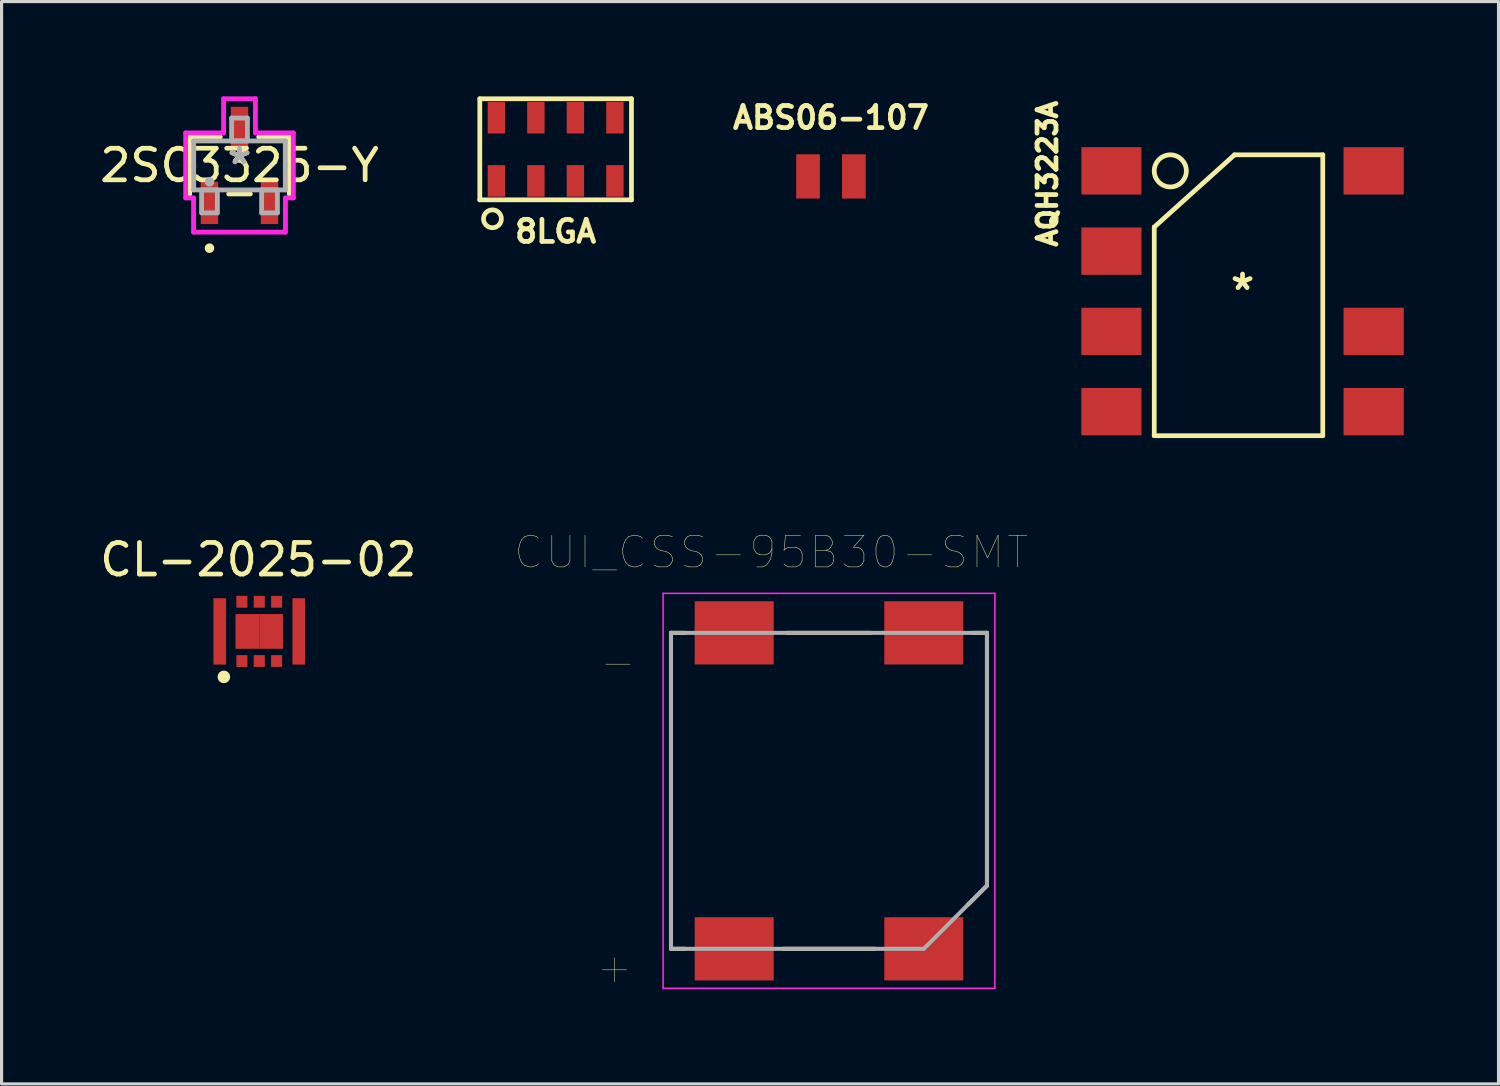
<source format=kicad_pcb>
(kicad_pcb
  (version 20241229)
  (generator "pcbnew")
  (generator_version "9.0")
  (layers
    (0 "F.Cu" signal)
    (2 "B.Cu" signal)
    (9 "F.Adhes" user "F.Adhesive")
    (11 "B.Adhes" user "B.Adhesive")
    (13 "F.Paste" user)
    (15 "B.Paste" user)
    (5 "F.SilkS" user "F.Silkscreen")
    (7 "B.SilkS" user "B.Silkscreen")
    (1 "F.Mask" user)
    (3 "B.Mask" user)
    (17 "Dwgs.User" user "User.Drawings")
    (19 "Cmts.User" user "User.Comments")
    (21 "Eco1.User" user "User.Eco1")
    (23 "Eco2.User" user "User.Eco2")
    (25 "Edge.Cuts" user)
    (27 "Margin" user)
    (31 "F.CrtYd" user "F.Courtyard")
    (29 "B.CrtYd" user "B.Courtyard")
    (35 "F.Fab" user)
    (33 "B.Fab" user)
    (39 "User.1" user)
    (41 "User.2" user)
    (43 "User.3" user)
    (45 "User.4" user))
  (footprint "AQH3223A"
    (layer "F.Cu")
    (at 36.274 6.168)
    (property "Reference" "AQH3223A" (at -6.174 -3.717 90) (layer "F.SilkS") (effects (font (size 0.6 0.6) (thickness 0.15))))
    (attr through_hole)
    (fp_line (start -2.794 -2.032) (end -0.254 -4.318) (stroke (width 0.15) (type solid)) (layer "F.SilkS"))
    (fp_line (start -2.794 4.572) (end -2.794 -2.032) (stroke (width 0.15) (type solid)) (layer "F.SilkS"))
    (fp_line (start -0.254 -4.318) (end 2.54 -4.318) (stroke (width 0.15) (type solid)) (layer "F.SilkS"))
    (fp_line (start 2.54 -4.318) (end 2.54 4.572) (stroke (width 0.15) (type solid)) (layer "F.SilkS"))
    (fp_line (start 2.54 4.572) (end -2.794 4.572) (stroke (width 0.15) (type solid)) (layer "F.SilkS"))
    (fp_circle (center -2.286 -3.81) (end -1.778 -3.81) (stroke (width 0.15) (type solid)) (fill no) (layer "F.SilkS"))
    (fp_text user "*" (at 0 0 0) (layer "F.SilkS") (effects (font (size 1 1) (thickness 0.15))))
    (pad "1" smd rect (at -4.15 -3.81) (size 1.9 1.5) (layers "F.Cu" "F.Mask" "F.Paste"))
    (pad "2" smd rect (at -4.15 -1.27) (size 1.905 1.499) (layers "F.Cu" "F.Mask" "F.Paste"))
    (pad "3" smd rect (at -4.15 1.27) (size 1.905 1.499) (layers "F.Cu" "F.Mask" "F.Paste"))
    (pad "4" smd rect (at -4.15 3.81) (size 1.905 1.499) (layers "F.Cu" "F.Mask" "F.Paste"))
    (pad "5" smd rect (at 4.15 3.81) (size 1.905 1.499) (layers "F.Cu" "F.Mask" "F.Paste"))
    (pad "6" smd rect (at 4.15 1.27) (size 1.905 1.499) (layers "F.Cu" "F.Mask" "F.Paste"))
    (pad "8" smd rect (at 4.15 -3.81) (size 1.905 1.499) (layers "F.Cu" "F.Mask" "F.Paste")))
  (footprint "8LGA"
    (layer "F.Cu")
    (at 14.535 1.675)
    (property "Reference" "8LGA" (at 0 2.6 0) (layer "F.SilkS") (effects (font (size 0.7 0.7) (thickness 0.15))))
    (attr through_hole)
    (fp_line (start -2.4 -1.6) (end -2.4 1.6) (stroke (width 0.15) (type solid)) (layer "F.SilkS"))
    (fp_line (start -2.4 1.6) (end 2.4 1.6) (stroke (width 0.15) (type solid)) (layer "F.SilkS"))
    (fp_line (start 2.4 -1.6) (end -2.4 -1.6) (stroke (width 0.15) (type solid)) (layer "F.SilkS"))
    (fp_line (start 2.4 1.6) (end 2.4 -1.6) (stroke (width 0.15) (type solid)) (layer "F.SilkS"))
    (fp_circle (center -2 2.2) (end -1.8 2.4) (stroke (width 0.15) (type solid)) (fill no) (layer "F.SilkS"))
    (pad "1" smd rect (at -1.875 1) (size 0.55 1) (layers "F.Cu" "F.Mask" "F.Paste"))
    (pad "2" smd rect (at -0.625 1) (size 0.55 1) (layers "F.Cu" "F.Mask" "F.Paste"))
    (pad "3" smd rect (at 0.625 1) (size 0.55 1) (layers "F.Cu" "F.Mask" "F.Paste"))
    (pad "4" smd rect (at 1.875 1) (size 0.55 1) (layers "F.Cu" "F.Mask" "F.Paste"))
    (pad "5" smd rect (at 1.875 -1) (size 0.55 1) (layers "F.Cu" "F.Mask" "F.Paste"))
    (pad "6" smd rect (at 0.625 -1) (size 0.55 1) (layers "F.Cu" "F.Mask" "F.Paste"))
    (pad "7" smd rect (at -0.625 -1) (size 0.55 1) (layers "F.Cu" "F.Mask" "F.Paste"))
    (pad "8" smd rect (at -1.875 -1) (size 0.55 1) (layers "F.Cu" "F.Mask" "F.Paste")))
  (footprint "ABS06-107"
    (layer "F.Cu")
    (at 23.248 2.533)
    (property "Reference" "ABS06-107" (at 0 -1.86 0) (layer "F.SilkS") (effects (font (size 0.7 0.7) (thickness 0.15))))
    (attr smd)
    (pad "1" smd rect (at 0.725 0) (size 0.75 1.4) (layers "F.Cu" "F.Mask" "F.Paste"))
    (pad "2" smd rect (at -0.725 0) (size 0.75 1.4) (layers "F.Cu" "F.Mask" "F.Paste")))
  (footprint "CUI_CSS-95B30-SMT"
    (layer "F.Cu")
    (at 23.186 21.979)
    (property "Reference" "CUI_CSS-95B30-SMT" (at -1.829 -7.551 0) (layer "F.SilkS") (effects (font (size 1.002 1.002) (thickness 0.015))))
    (attr through_hole)
    (fp_line (start -5 -5) (end -5 5) (stroke (width 0.127) (type solid)) (layer "F.SilkS"))
    (fp_line (start -5 -5) (end -4.557 -5) (stroke (width 0.127) (type solid)) (layer "F.SilkS"))
    (fp_line (start -5 5) (end -4.557 5) (stroke (width 0.127) (type solid)) (layer "F.SilkS"))
    (fp_line (start -1.316 -5) (end 1.316 -5) (stroke (width 0.127) (type solid)) (layer "F.SilkS"))
    (fp_line (start 1.453 5) (end -1.443 5) (stroke (width 0.127) (type solid)) (layer "F.SilkS"))
    (fp_line (start 4.557 -5) (end 5 -5) (stroke (width 0.127) (type solid)) (layer "F.SilkS"))
    (fp_line (start 5 -5) (end 5 3) (stroke (width 0.127) (type solid)) (layer "F.SilkS"))
    (fp_line (start 5 3) (end 4.4 3.6) (stroke (width 0.127) (type solid)) (layer "F.SilkS"))
    (fp_line (start -5.25 -6.25) (end 5.25 -6.25) (stroke (width 0.05) (type solid)) (layer "F.CrtYd"))
    (fp_line (start -5.25 6.25) (end -5.25 -6.25) (stroke (width 0.05) (type solid)) (layer "F.CrtYd"))
    (fp_line (start 5.25 -6.25) (end 5.25 6.25) (stroke (width 0.05) (type solid)) (layer "F.CrtYd"))
    (fp_line (start 5.25 6.25) (end -5.25 6.25) (stroke (width 0.05) (type solid)) (layer "F.CrtYd"))
    (fp_line (start -5 -5) (end 5 -5) (stroke (width 0.127) (type solid)) (layer "F.Fab"))
    (fp_line (start -5 5) (end -5 -5) (stroke (width 0.127) (type solid)) (layer "F.Fab"))
    (fp_line (start 3 5) (end -5 5) (stroke (width 0.127) (type solid)) (layer "F.Fab"))
    (fp_line (start 3 5) (end 5 3) (stroke (width 0.127) (type solid)) (layer "F.Fab"))
    (fp_line (start 5 -5) (end 5 3) (stroke (width 0.127) (type solid)) (layer "F.Fab"))
    (fp_text user "-" (at -6.681 -4.09 0) (layer "F.SilkS") (effects (font (size 1.004 1.004) (thickness 0.015))))
    (fp_text user "+" (at -6.786 5.583 0) (layer "F.SilkS") (effects (font (size 1.001 1.001) (thickness 0.015))))
    (pad "1" smd rect (at 3 5) (size 2.5 2) (layers "F.Cu" "F.Mask" "F.Paste"))
    (pad "2" smd rect (at 3 -5) (size 2.5 2) (layers "F.Cu" "F.Mask" "F.Paste"))
    (pad "N" smd rect (at -3 -5) (size 2.5 2) (layers "F.Cu" "F.Mask" "F.Paste"))
    (pad "P" smd rect (at -3 5) (size 2.5 2) (layers "F.Cu" "F.Mask" "F.Paste")))
  (footprint "CL-2025-02"
    (layer "F.Cu")
    (at 5.155 16.933)
    (property "Reference" "CL-2025-02" (at -0.03 -2.27 0) (layer "F.SilkS") (effects (font (size 1 1) (thickness 0.15))))
    (attr smd)
    (fp_circle (center -1.12 1.44) (end -1.02 1.44) (stroke (width 0.2) (type solid)) (fill no) (layer "F.SilkS"))
    (pad "1" smd rect (at -0.55 0.938) (size 0.35 0.375) (layers "F.Cu" "F.Mask" "F.Paste"))
    (pad "2" smd rect (at 0 0.938) (size 0.35 0.375) (layers "F.Cu" "F.Mask" "F.Paste"))
    (pad "3" smd rect (at 0.55 0.938) (size 0.35 0.375) (layers "F.Cu" "F.Mask" "F.Paste"))
    (pad "4" smd rect (at 0.55 -0.938) (size 0.35 0.375) (layers "F.Cu" "F.Mask" "F.Paste"))
    (pad "5" smd rect (at 0 -0.938) (size 0.35 0.375) (layers "F.Cu" "F.Mask" "F.Paste"))
    (pad "6" smd rect (at -0.55 -0.938) (size 0.35 0.375) (layers "F.Cu" "F.Mask" "F.Paste"))
    (pad "7" smd rect (at -1.25 0) (size 0.4 2.1) (layers "F.Cu" "F.Mask" "F.Paste"))
    (pad "8" smd rect (at 1.25 0) (size 0.4 2.1) (layers "F.Cu" "F.Mask" "F.Paste"))
    (pad "PAD" smd rect (at -0.375 0) (size 0.75 1.1) (layers "F.Cu" "F.Mask" "F.Paste"))
    (pad "PAD" smd rect (at 0.375 0) (size 0.75 1.1) (layers "F.Cu" "F.Mask" "F.Paste")))
  (footprint "2SC3325-Y"
    (layer "F.Cu")
    (at 4.53 2.186)
    (property "Reference" "2SC3325-Y" (at 0 0 0) (layer "F.SilkS") (effects (font (size 1 1) (thickness 0.15))))
    (attr through_hole)
    (fp_line (start -1.577 -0.902) (end -1.577 0.902) (stroke (width 0.152) (type solid)) (layer "F.SilkS"))
    (fp_line (start -0.608 -0.902) (end -1.577 -0.902) (stroke (width 0.152) (type solid)) (layer "F.SilkS"))
    (fp_line (start -0.342 0.902) (end 0.342 0.902) (stroke (width 0.152) (type solid)) (layer "F.SilkS"))
    (fp_line (start 1.577 -0.902) (end 0.608 -0.902) (stroke (width 0.152) (type solid)) (layer "F.SilkS"))
    (fp_line (start 1.577 0.902) (end 1.577 -0.902) (stroke (width 0.152) (type solid)) (layer "F.SilkS"))
    (fp_circle (center -0.95 2.618) (end -0.874 2.618) (stroke (width 0.152) (type solid)) (fill no) (layer "F.SilkS"))
    (fp_line (start -1.704 -1.029) (end -0.504 -1.029) (stroke (width 0.152) (type solid)) (layer "F.CrtYd"))
    (fp_line (start -1.704 1.029) (end -1.704 -1.029) (stroke (width 0.152) (type solid)) (layer "F.CrtYd"))
    (fp_line (start -1.454 1.029) (end -1.704 1.029) (stroke (width 0.152) (type solid)) (layer "F.CrtYd"))
    (fp_line (start -1.454 2.11) (end -1.454 1.029) (stroke (width 0.152) (type solid)) (layer "F.CrtYd"))
    (fp_line (start -0.504 -2.11) (end 0.504 -2.11) (stroke (width 0.152) (type solid)) (layer "F.CrtYd"))
    (fp_line (start -0.504 -1.029) (end -0.504 -2.11) (stroke (width 0.152) (type solid)) (layer "F.CrtYd"))
    (fp_line (start 0.504 -2.11) (end 0.504 -1.029) (stroke (width 0.152) (type solid)) (layer "F.CrtYd"))
    (fp_line (start 0.504 -1.029) (end 1.704 -1.029) (stroke (width 0.152) (type solid)) (layer "F.CrtYd"))
    (fp_line (start 1.454 1.029) (end 1.454 2.11) (stroke (width 0.152) (type solid)) (layer "F.CrtYd"))
    (fp_line (start 1.454 2.11) (end -1.454 2.11) (stroke (width 0.152) (type solid)) (layer "F.CrtYd"))
    (fp_line (start 1.704 -1.029) (end 1.704 1.029) (stroke (width 0.152) (type solid)) (layer "F.CrtYd"))
    (fp_line (start 1.704 1.029) (end 1.454 1.029) (stroke (width 0.152) (type solid)) (layer "F.CrtYd"))
    (fp_line (start -1.45 -0.775) (end -1.45 0.775) (stroke (width 0.152) (type solid)) (layer "F.Fab"))
    (fp_line (start -1.45 0.775) (end 1.45 0.775) (stroke (width 0.152) (type solid)) (layer "F.Fab"))
    (fp_line (start -1.2 0.775) (end -1.2 1.5) (stroke (width 0.152) (type solid)) (layer "F.Fab"))
    (fp_line (start -1.2 1.5) (end -0.7 1.5) (stroke (width 0.152) (type solid)) (layer "F.Fab"))
    (fp_line (start -0.7 0.775) (end -1.2 0.775) (stroke (width 0.152) (type solid)) (layer "F.Fab"))
    (fp_line (start -0.7 1.5) (end -0.7 0.775) (stroke (width 0.152) (type solid)) (layer "F.Fab"))
    (fp_line (start -0.25 -1.5) (end -0.25 -0.775) (stroke (width 0.152) (type solid)) (layer "F.Fab"))
    (fp_line (start -0.25 -0.775) (end 0.25 -0.775) (stroke (width 0.152) (type solid)) (layer "F.Fab"))
    (fp_line (start 0.25 -1.5) (end -0.25 -1.5) (stroke (width 0.152) (type solid)) (layer "F.Fab"))
    (fp_line (start 0.25 -0.775) (end 0.25 -1.5) (stroke (width 0.152) (type solid)) (layer "F.Fab"))
    (fp_line (start 0.7 0.775) (end 0.7 1.5) (stroke (width 0.152) (type solid)) (layer "F.Fab"))
    (fp_line (start 0.7 1.5) (end 1.2 1.5) (stroke (width 0.152) (type solid)) (layer "F.Fab"))
    (fp_line (start 1.2 0.775) (end 0.7 0.775) (stroke (width 0.152) (type solid)) (layer "F.Fab"))
    (fp_line (start 1.2 1.5) (end 1.2 0.775) (stroke (width 0.152) (type solid)) (layer "F.Fab"))
    (fp_line (start 1.45 -0.775) (end -1.45 -0.775) (stroke (width 0.152) (type solid)) (layer "F.Fab"))
    (fp_line (start 1.45 0.775) (end 1.45 -0.775) (stroke (width 0.152) (type solid)) (layer "F.Fab"))
    (fp_circle (center -0.95 0.521) (end -0.874 0.521) (stroke (width 0.152) (type solid)) (fill no) (layer "F.Fab"))
    (fp_text user "*" (at 0 0 0) (layer "F.SilkS") (effects (font (size 1 1) (thickness 0.15))))
    (fp_text user "Copyright 2016 Accelerated Designs. All rights reserved." (at 0 0 0) (layer "Cmts.User") (effects (font (size 0.127 0.127) (thickness 0.002))))
    (fp_text user "*" (at 0 0 0) (layer "F.Fab") (effects (font (size 1 1) (thickness 0.15))))
    (pad "1" smd rect (at -0.95 1.187) (size 0.551 1.336) (layers "F.Cu" "F.Mask" "F.Paste"))
    (pad "2" smd rect (at 0.95 1.187) (size 0.551 1.336) (layers "F.Cu" "F.Mask" "F.Paste"))
    (pad "3" smd rect (at 0 -1.188) (size 0.551 1.336) (layers "F.Cu" "F.Mask" "F.Paste")))
  (gr_rect
    (start -3 -3)
    (end 44.376 31.254)
    (stroke (width 0.1) (type default))
    (fill no)
    (layer "Edge.Cuts")))
</source>
